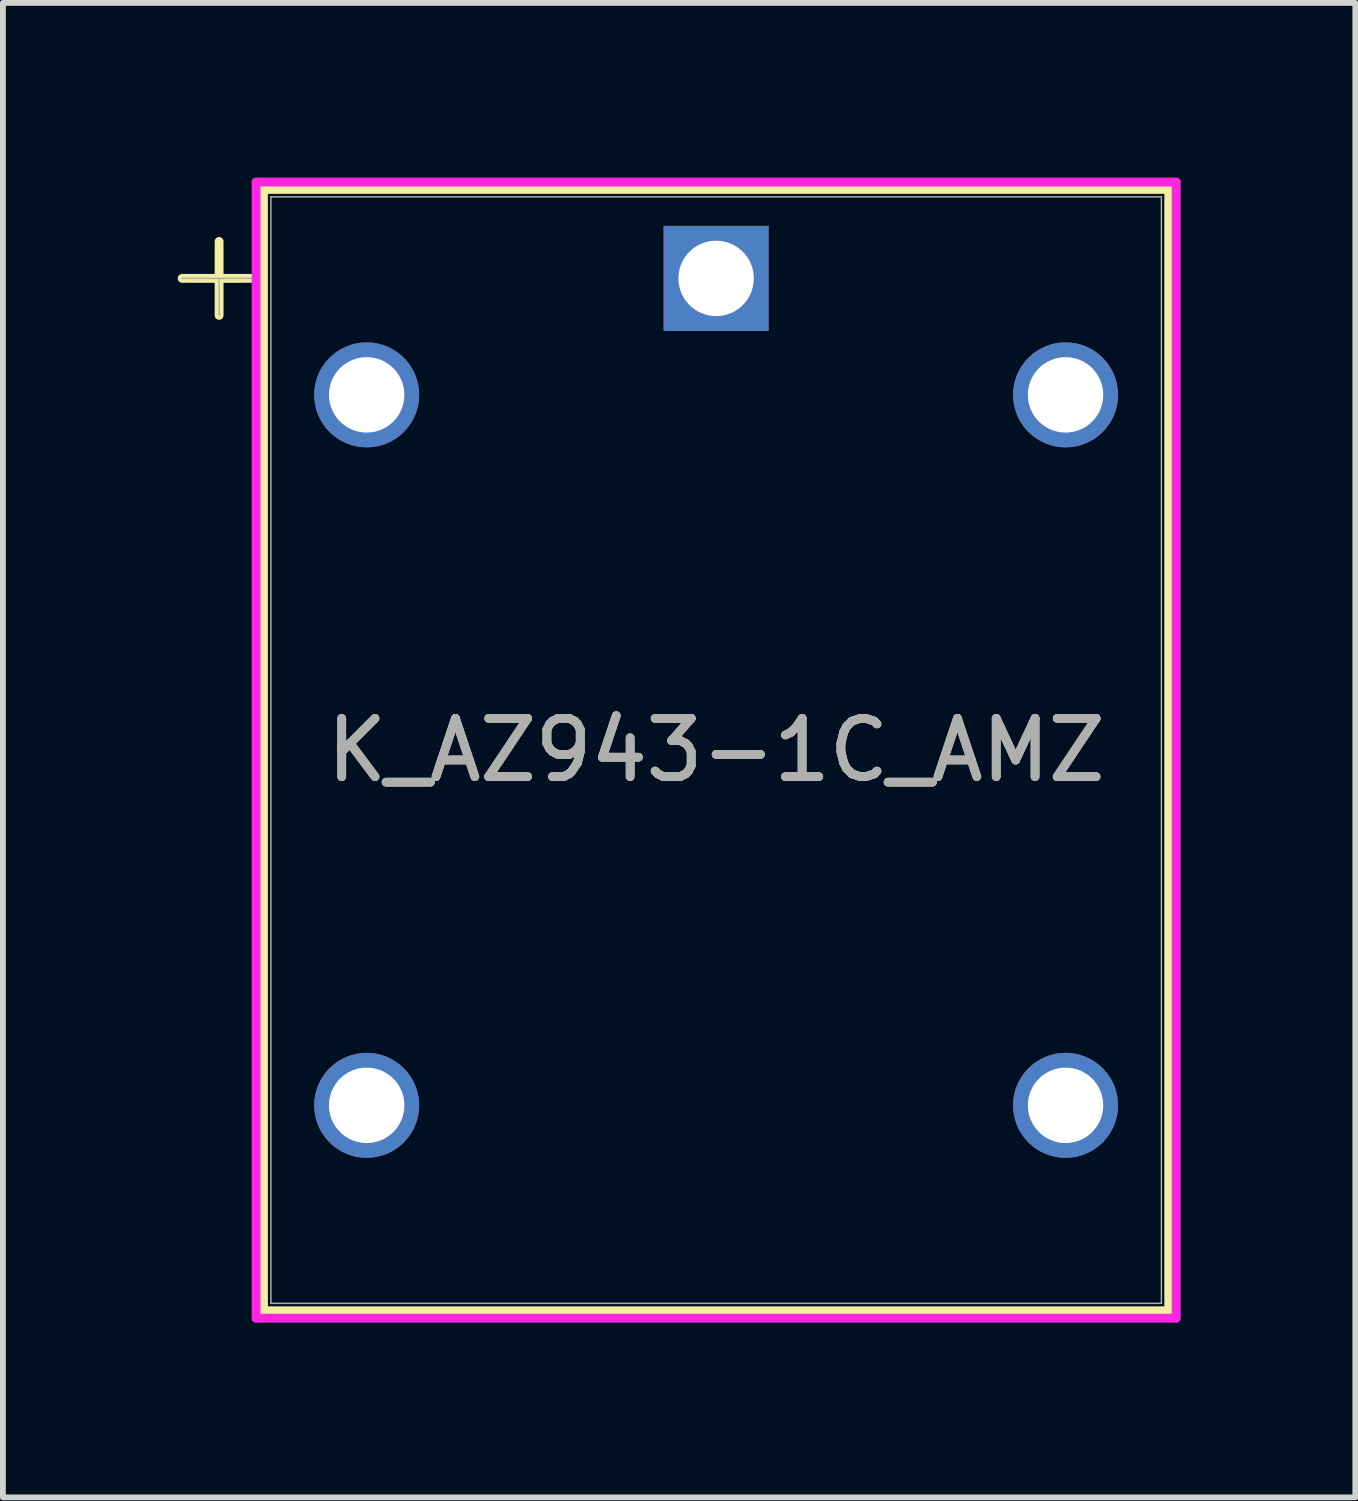
<source format=kicad_pcb>
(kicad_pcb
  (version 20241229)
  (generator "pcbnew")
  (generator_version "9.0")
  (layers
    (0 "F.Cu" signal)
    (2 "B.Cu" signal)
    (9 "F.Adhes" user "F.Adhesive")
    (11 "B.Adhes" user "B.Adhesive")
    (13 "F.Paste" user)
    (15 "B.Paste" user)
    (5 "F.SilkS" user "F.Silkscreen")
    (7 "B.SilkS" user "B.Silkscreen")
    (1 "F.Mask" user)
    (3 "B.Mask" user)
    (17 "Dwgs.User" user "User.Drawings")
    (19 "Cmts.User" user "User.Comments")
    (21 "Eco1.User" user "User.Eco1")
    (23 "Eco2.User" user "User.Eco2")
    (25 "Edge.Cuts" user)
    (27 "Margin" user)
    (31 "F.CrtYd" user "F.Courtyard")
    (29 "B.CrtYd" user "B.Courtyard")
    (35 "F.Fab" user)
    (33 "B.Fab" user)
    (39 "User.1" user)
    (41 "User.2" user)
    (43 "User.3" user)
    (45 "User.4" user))
  (footprint "K_AZ943-1C_AMZ"
    (layer "F.Cu")
    (at 9.246 1.73)
    (property "Reference" "K_AZ943-1C_AMZ" (at 0 8.1 0) (unlocked yes) (layer "F.SilkS") (effects (font (size 1 1) (thickness 0.15))))
    (attr through_hole)
    (fp_line (start -9.169 0) (end -7.899 0) (stroke (width 0.152) (type solid)) (layer "F.SilkS"))
    (fp_line (start -8.534 -0.635) (end -8.534 0.635) (stroke (width 0.152) (type solid)) (layer "F.SilkS"))
    (fp_line (start -7.772 -1.527) (end -7.772 17.726) (stroke (width 0.152) (type solid)) (layer "F.SilkS"))
    (fp_line (start 7.772 -1.527) (end -7.772 -1.527) (stroke (width 0.152) (type solid)) (layer "F.SilkS"))
    (fp_line (start 7.772 -1.527) (end 7.772 17.726) (stroke (width 0.152) (type solid)) (layer "F.SilkS"))
    (fp_line (start 7.772 17.726) (end -7.772 17.726) (stroke (width 0.152) (type solid)) (layer "F.SilkS"))
    (fp_line (start -7.899 -1.654) (end -7.899 17.853) (stroke (width 0.152) (type solid)) (layer "F.CrtYd"))
    (fp_line (start -7.899 17.853) (end 7.899 17.853) (stroke (width 0.152) (type solid)) (layer "F.CrtYd"))
    (fp_line (start 7.899 -1.654) (end -7.899 -1.654) (stroke (width 0.152) (type solid)) (layer "F.CrtYd"))
    (fp_line (start 7.899 17.853) (end 7.899 -1.654) (stroke (width 0.152) (type solid)) (layer "F.CrtYd"))
    (fp_line (start -9.169 0) (end -7.899 0) (stroke (width 0.025) (type solid)) (layer "F.Fab"))
    (fp_line (start -8.534 0) (end -8.534 0.635) (stroke (width 0.025) (type solid)) (layer "F.Fab"))
    (fp_line (start -7.645 -1.4) (end -7.645 17.599) (stroke (width 0.025) (type solid)) (layer "F.Fab"))
    (fp_line (start 7.645 -1.4) (end -7.645 -1.4) (stroke (width 0.025) (type solid)) (layer "F.Fab"))
    (fp_line (start 7.645 -1.4) (end 7.645 17.599) (stroke (width 0.025) (type solid)) (layer "F.Fab"))
    (fp_line (start 7.645 17.599) (end -7.645 17.599) (stroke (width 0.025) (type solid)) (layer "F.Fab"))
    (fp_text user "${REFERENCE}" (at 0 8.1 0) (unlocked yes) (layer "F.Fab") (effects (font (size 1 1) (thickness 0.15))))
    (pad "1" thru_hole rect (at 0 0) (size 1.803 1.803) (drill 1.295) (layers "*.Cu" "*.Mask"))
    (pad "2" thru_hole circle (at -6 2) (size 1.803 1.803) (drill 1.295) (layers "*.Cu" "*.Mask"))
    (pad "3" thru_hole circle (at -6 14.199) (size 1.803 1.803) (drill 1.295) (layers "*.Cu" "*.Mask"))
    (pad "4" thru_hole circle (at 6 14.199) (size 1.803 1.803) (drill 1.295) (layers "*.Cu" "*.Mask"))
    (pad "5" thru_hole circle (at 6 2) (size 1.803 1.803) (drill 1.295) (layers "*.Cu" "*.Mask")))
  (gr_rect
    (start -3 -3)
    (end 20.221 22.66)
    (stroke (width 0.1) (type default))
    (fill no)
    (layer "Edge.Cuts")))
</source>
